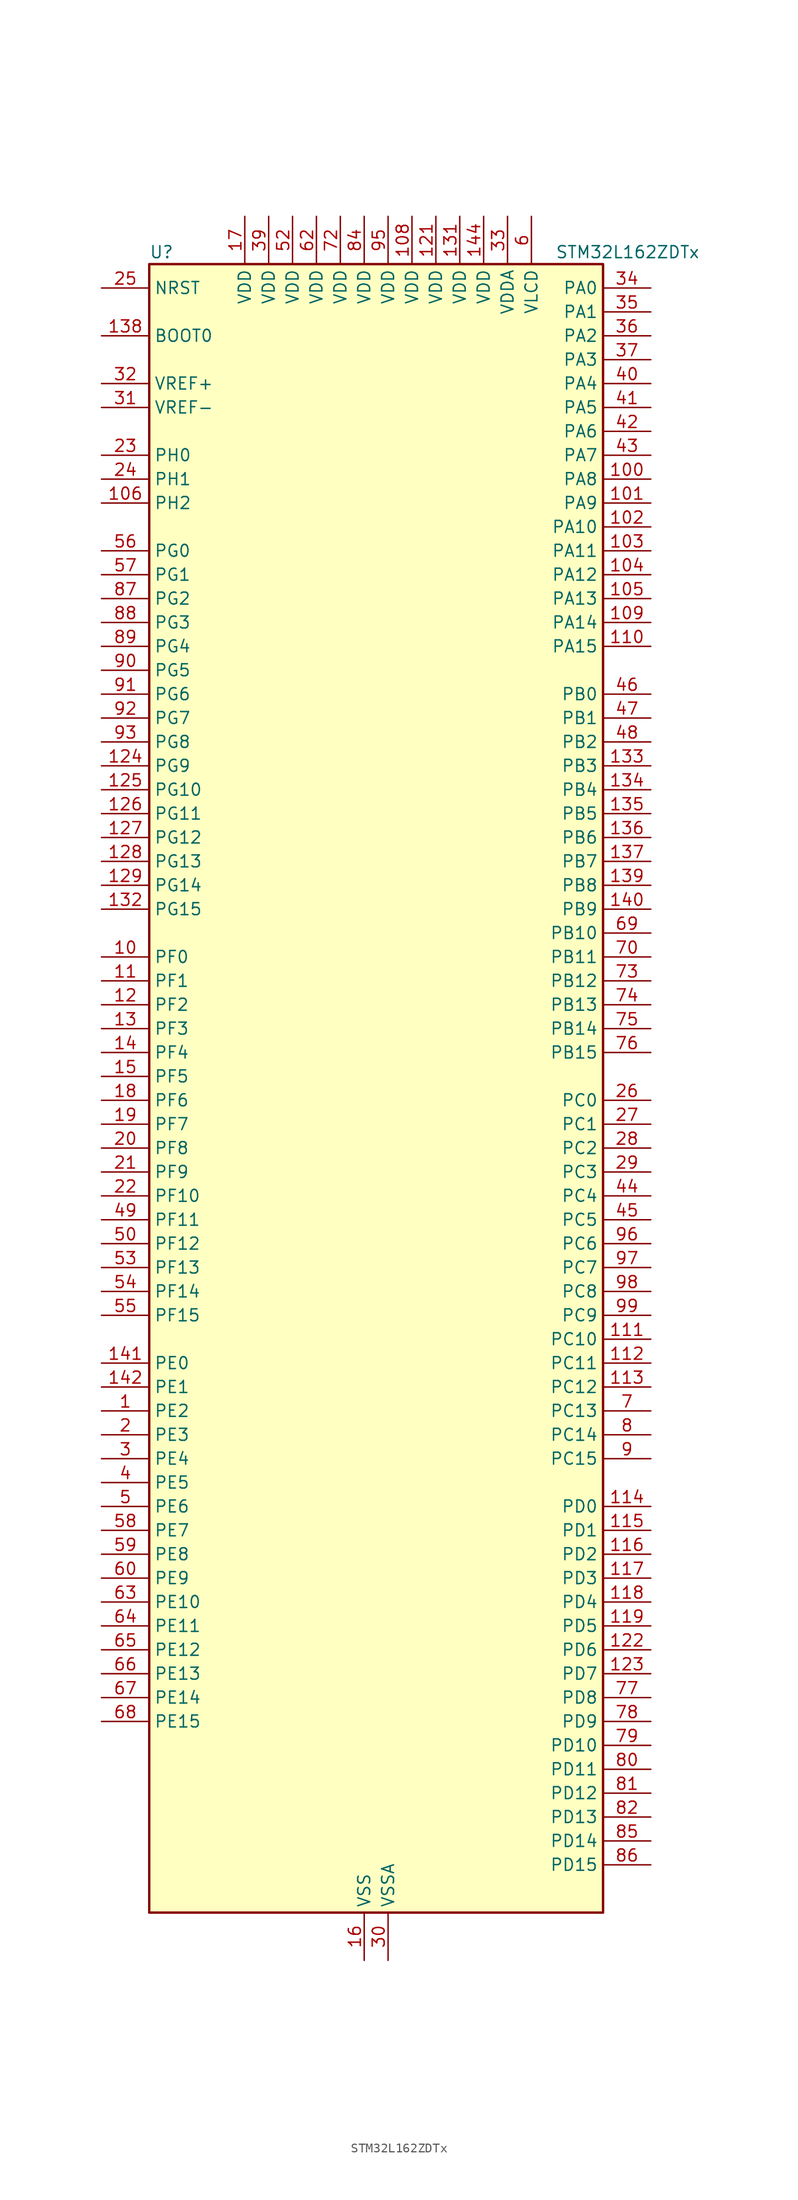
<source format=kicad_sym>
(kicad_symbol_lib
  (version 20220914)
  (generator kicad_symbol_editor)
  (symbol "STM32L162ZDTx"
    (property "Reference" "U"
      (at -22.86 90.17 0)
      (effects (font (size 1.27 1.27)) (justify left)))
    (property "Value" "STM32L162ZDTx"
      (at 20.32 90.17 0)
      (effects (font (size 1.27 1.27)) (justify left)))
    (property "ki_locked" ""
      (at 0 0 0)
      (effects (font (size 1.27 1.27))))
    (symbol "STM32L162ZDTx_0_1"
      (rectangle (start -22.86 -86.36) (end 25.4 88.9) (stroke (width 0.254) (type default)) (fill (type background))))
    (symbol "STM32L162ZDTx_1_1"
      (pin bidirectional line (at -27.94 -33.02 0) (length 5.08) (name "PE2" (effects (font (size 1.27 1.27)))) (number "1" (effects (font (size 1.27 1.27)))) (alternate "FSMC_A23" bidirectional line) (alternate "LCD_SEG38" bidirectional line) (alternate "SYS_TRACECK" bidirectional line) (alternate "TIM3_ETR" bidirectional line) (alternate "TIMX_IC3" bidirectional line))
      (pin bidirectional line (at -27.94 15.24 0) (length 5.08) (name "PF0" (effects (font (size 1.27 1.27)))) (number "10" (effects (font (size 1.27 1.27)))) (alternate "FSMC_A0" bidirectional line))
      (pin bidirectional line (at 30.48 66.04 180) (length 5.08) (name "PA8" (effects (font (size 1.27 1.27)))) (number "100" (effects (font (size 1.27 1.27)))) (alternate "LCD_COM0" bidirectional line) (alternate "RCC_MCO" bidirectional line) (alternate "TIMX_IC1" bidirectional line) (alternate "TS_G4_IO1" bidirectional line) (alternate "USART1_CK" bidirectional line))
      (pin bidirectional line (at 30.48 63.5 180) (length 5.08) (name "PA9" (effects (font (size 1.27 1.27)))) (number "101" (effects (font (size 1.27 1.27)))) (alternate "DAC_EXTI9" bidirectional line) (alternate "LCD_COM1" bidirectional line) (alternate "TIMX_IC2" bidirectional line) (alternate "TS_G4_IO2" bidirectional line) (alternate "USART1_TX" bidirectional line))
      (pin bidirectional line (at 30.48 60.96 180) (length 5.08) (name "PA10" (effects (font (size 1.27 1.27)))) (number "102" (effects (font (size 1.27 1.27)))) (alternate "LCD_COM2" bidirectional line) (alternate "TIMX_IC3" bidirectional line) (alternate "TS_G4_IO3" bidirectional line) (alternate "USART1_RX" bidirectional line))
      (pin bidirectional line (at 30.48 58.42 180) (length 5.08) (name "PA11" (effects (font (size 1.27 1.27)))) (number "103" (effects (font (size 1.27 1.27)))) (alternate "ADC_EXTI11" bidirectional line) (alternate "SPI1_MISO" bidirectional line) (alternate "TIMX_IC4" bidirectional line) (alternate "USART1_CTS" bidirectional line) (alternate "USB_DM" bidirectional line))
      (pin bidirectional line (at 30.48 55.88 180) (length 5.08) (name "PA12" (effects (font (size 1.27 1.27)))) (number "104" (effects (font (size 1.27 1.27)))) (alternate "SPI1_MOSI" bidirectional line) (alternate "TIMX_IC1" bidirectional line) (alternate "USART1_RTS" bidirectional line) (alternate "USB_DP" bidirectional line))
      (pin bidirectional line (at 30.48 53.34 180) (length 5.08) (name "PA13" (effects (font (size 1.27 1.27)))) (number "105" (effects (font (size 1.27 1.27)))) (alternate "SYS_JTMS-SWDIO" bidirectional line) (alternate "TIMX_IC2" bidirectional line) (alternate "TS_G5_IO1" bidirectional line))
      (pin bidirectional line (at -27.94 63.5 0) (length 5.08) (name "PH2" (effects (font (size 1.27 1.27)))) (number "106" (effects (font (size 1.27 1.27)))) (alternate "FSMC_A22" bidirectional line))
      (pin passive line (at 0 -91.44 90) (length 5.08) hide (name "VSS" (effects (font (size 1.27 1.27)))) (number "107" (effects (font (size 1.27 1.27)))))
      (pin power_in line (at 5.08 93.98 270) (length 5.08) (name "VDD" (effects (font (size 1.27 1.27)))) (number "108" (effects (font (size 1.27 1.27)))))
      (pin bidirectional line (at 30.48 50.8 180) (length 5.08) (name "PA14" (effects (font (size 1.27 1.27)))) (number "109" (effects (font (size 1.27 1.27)))) (alternate "SYS_JTCK-SWCLK" bidirectional line) (alternate "TIMX_IC3" bidirectional line) (alternate "TS_G5_IO2" bidirectional line))
      (pin bidirectional line (at -27.94 12.7 0) (length 5.08) (name "PF1" (effects (font (size 1.27 1.27)))) (number "11" (effects (font (size 1.27 1.27)))) (alternate "FSMC_A1" bidirectional line))
      (pin bidirectional line (at 30.48 48.26 180) (length 5.08) (name "PA15" (effects (font (size 1.27 1.27)))) (number "110" (effects (font (size 1.27 1.27)))) (alternate "ADC_EXTI15" bidirectional line) (alternate "I2S3_WS" bidirectional line) (alternate "LCD_SEG17" bidirectional line) (alternate "SPI1_NSS" bidirectional line) (alternate "SPI3_NSS" bidirectional line) (alternate "SYS_JTDI" bidirectional line) (alternate "TIM2_CH1" bidirectional line) (alternate "TIM2_ETR" bidirectional line) (alternate "TIMX_IC4" bidirectional line) (alternate "TS_G5_IO3" bidirectional line))
      (pin bidirectional line (at 30.48 -25.4 180) (length 5.08) (name "PC10" (effects (font (size 1.27 1.27)))) (number "111" (effects (font (size 1.27 1.27)))) (alternate "I2S3_CK" bidirectional line) (alternate "LCD_COM4" bidirectional line) (alternate "LCD_SEG28" bidirectional line) (alternate "LCD_SEG40" bidirectional line) (alternate "SDIO_D2" bidirectional line) (alternate "SPI3_SCK" bidirectional line) (alternate "TIMX_IC3" bidirectional line) (alternate "UART4_TX" bidirectional line) (alternate "USART3_TX" bidirectional line))
      (pin bidirectional line (at 30.48 -27.94 180) (length 5.08) (name "PC11" (effects (font (size 1.27 1.27)))) (number "112" (effects (font (size 1.27 1.27)))) (alternate "ADC_EXTI11" bidirectional line) (alternate "LCD_COM5" bidirectional line) (alternate "LCD_SEG29" bidirectional line) (alternate "LCD_SEG41" bidirectional line) (alternate "SDIO_D3" bidirectional line) (alternate "SPI3_MISO" bidirectional line) (alternate "TIMX_IC4" bidirectional line) (alternate "UART4_RX" bidirectional line) (alternate "USART3_RX" bidirectional line))
      (pin bidirectional line (at 30.48 -30.48 180) (length 5.08) (name "PC12" (effects (font (size 1.27 1.27)))) (number "113" (effects (font (size 1.27 1.27)))) (alternate "I2S3_SD" bidirectional line) (alternate "LCD_COM6" bidirectional line) (alternate "LCD_SEG30" bidirectional line) (alternate "LCD_SEG42" bidirectional line) (alternate "SDIO_CK" bidirectional line) (alternate "SPI3_MOSI" bidirectional line) (alternate "TIMX_IC1" bidirectional line) (alternate "UART5_TX" bidirectional line) (alternate "USART3_CK" bidirectional line))
      (pin bidirectional line (at 30.48 -43.18 180) (length 5.08) (name "PD0" (effects (font (size 1.27 1.27)))) (number "114" (effects (font (size 1.27 1.27)))) (alternate "FSMC_D2" bidirectional line) (alternate "FSMC_DA2" bidirectional line) (alternate "I2S2_WS" bidirectional line) (alternate "SPI2_NSS" bidirectional line) (alternate "TIM9_CH1" bidirectional line) (alternate "TIMX_IC1" bidirectional line))
      (pin bidirectional line (at 30.48 -45.72 180) (length 5.08) (name "PD1" (effects (font (size 1.27 1.27)))) (number "115" (effects (font (size 1.27 1.27)))) (alternate "FSMC_D3" bidirectional line) (alternate "FSMC_DA3" bidirectional line) (alternate "I2S2_CK" bidirectional line) (alternate "SPI2_SCK" bidirectional line) (alternate "TIMX_IC2" bidirectional line))
      (pin bidirectional line (at 30.48 -48.26 180) (length 5.08) (name "PD2" (effects (font (size 1.27 1.27)))) (number "116" (effects (font (size 1.27 1.27)))) (alternate "LCD_COM7" bidirectional line) (alternate "LCD_SEG31" bidirectional line) (alternate "LCD_SEG43" bidirectional line) (alternate "SDIO_CMD" bidirectional line) (alternate "TIM3_ETR" bidirectional line) (alternate "TIMX_IC3" bidirectional line) (alternate "UART5_RX" bidirectional line))
      (pin bidirectional line (at 30.48 -50.8 180) (length 5.08) (name "PD3" (effects (font (size 1.27 1.27)))) (number "117" (effects (font (size 1.27 1.27)))) (alternate "FSMC_CLK" bidirectional line) (alternate "SPI2_MISO" bidirectional line) (alternate "TIMX_IC4" bidirectional line) (alternate "USART2_CTS" bidirectional line))
      (pin bidirectional line (at 30.48 -53.34 180) (length 5.08) (name "PD4" (effects (font (size 1.27 1.27)))) (number "118" (effects (font (size 1.27 1.27)))) (alternate "FSMC_NOE" bidirectional line) (alternate "I2S2_SD" bidirectional line) (alternate "SPI2_MOSI" bidirectional line) (alternate "TIMX_IC1" bidirectional line) (alternate "USART2_RTS" bidirectional line))
      (pin bidirectional line (at 30.48 -55.88 180) (length 5.08) (name "PD5" (effects (font (size 1.27 1.27)))) (number "119" (effects (font (size 1.27 1.27)))) (alternate "FSMC_NWE" bidirectional line) (alternate "TIMX_IC2" bidirectional line) (alternate "USART2_TX" bidirectional line))
      (pin bidirectional line (at -27.94 10.16 0) (length 5.08) (name "PF2" (effects (font (size 1.27 1.27)))) (number "12" (effects (font (size 1.27 1.27)))) (alternate "FSMC_A2" bidirectional line))
      (pin passive line (at 0 -91.44 90) (length 5.08) hide (name "VSS" (effects (font (size 1.27 1.27)))) (number "120" (effects (font (size 1.27 1.27)))))
      (pin power_in line (at 7.62 93.98 270) (length 5.08) (name "VDD" (effects (font (size 1.27 1.27)))) (number "121" (effects (font (size 1.27 1.27)))))
      (pin bidirectional line (at 30.48 -58.42 180) (length 5.08) (name "PD6" (effects (font (size 1.27 1.27)))) (number "122" (effects (font (size 1.27 1.27)))) (alternate "FSMC_NWAIT" bidirectional line) (alternate "TIMX_IC3" bidirectional line) (alternate "USART2_RX" bidirectional line))
      (pin bidirectional line (at 30.48 -60.96 180) (length 5.08) (name "PD7" (effects (font (size 1.27 1.27)))) (number "123" (effects (font (size 1.27 1.27)))) (alternate "FSMC_NE1" bidirectional line) (alternate "TIM9_CH2" bidirectional line) (alternate "TIMX_IC4" bidirectional line) (alternate "USART2_CK" bidirectional line))
      (pin bidirectional line (at -27.94 35.56 0) (length 5.08) (name "PG9" (effects (font (size 1.27 1.27)))) (number "124" (effects (font (size 1.27 1.27)))) (alternate "DAC_EXTI9" bidirectional line) (alternate "FSMC_NE2" bidirectional line))
      (pin bidirectional line (at -27.94 33.02 0) (length 5.08) (name "PG10" (effects (font (size 1.27 1.27)))) (number "125" (effects (font (size 1.27 1.27)))) (alternate "FSMC_NE3" bidirectional line))
      (pin bidirectional line (at -27.94 30.48 0) (length 5.08) (name "PG11" (effects (font (size 1.27 1.27)))) (number "126" (effects (font (size 1.27 1.27)))) (alternate "ADC_EXTI11" bidirectional line))
      (pin bidirectional line (at -27.94 27.94 0) (length 5.08) (name "PG12" (effects (font (size 1.27 1.27)))) (number "127" (effects (font (size 1.27 1.27)))) (alternate "FSMC_NE4" bidirectional line))
      (pin bidirectional line (at -27.94 25.4 0) (length 5.08) (name "PG13" (effects (font (size 1.27 1.27)))) (number "128" (effects (font (size 1.27 1.27)))) (alternate "FSMC_A24" bidirectional line))
      (pin bidirectional line (at -27.94 22.86 0) (length 5.08) (name "PG14" (effects (font (size 1.27 1.27)))) (number "129" (effects (font (size 1.27 1.27)))) (alternate "FSMC_A25" bidirectional line))
      (pin bidirectional line (at -27.94 7.62 0) (length 5.08) (name "PF3" (effects (font (size 1.27 1.27)))) (number "13" (effects (font (size 1.27 1.27)))) (alternate "FSMC_A3" bidirectional line))
      (pin passive line (at 0 -91.44 90) (length 5.08) hide (name "VSS" (effects (font (size 1.27 1.27)))) (number "130" (effects (font (size 1.27 1.27)))))
      (pin power_in line (at 10.16 93.98 270) (length 5.08) (name "VDD" (effects (font (size 1.27 1.27)))) (number "131" (effects (font (size 1.27 1.27)))))
      (pin bidirectional line (at -27.94 20.32 0) (length 5.08) (name "PG15" (effects (font (size 1.27 1.27)))) (number "132" (effects (font (size 1.27 1.27)))) (alternate "ADC_EXTI15" bidirectional line))
      (pin bidirectional line (at 30.48 35.56 180) (length 5.08) (name "PB3" (effects (font (size 1.27 1.27)))) (number "133" (effects (font (size 1.27 1.27)))) (alternate "COMP2_INM" bidirectional line) (alternate "I2S3_CK" bidirectional line) (alternate "LCD_SEG7" bidirectional line) (alternate "SPI1_SCK" bidirectional line) (alternate "SPI3_SCK" bidirectional line) (alternate "SYS_JTDO-TRACESWO" bidirectional line) (alternate "TIM2_CH2" bidirectional line))
      (pin bidirectional line (at 30.48 33.02 180) (length 5.08) (name "PB4" (effects (font (size 1.27 1.27)))) (number "134" (effects (font (size 1.27 1.27)))) (alternate "COMP2_INP" bidirectional line) (alternate "LCD_SEG8" bidirectional line) (alternate "SPI1_MISO" bidirectional line) (alternate "SPI3_MISO" bidirectional line) (alternate "SYS_JTRST" bidirectional line) (alternate "TIM3_CH1" bidirectional line) (alternate "TS_G6_IO1" bidirectional line))
      (pin bidirectional line (at 30.48 30.48 180) (length 5.08) (name "PB5" (effects (font (size 1.27 1.27)))) (number "135" (effects (font (size 1.27 1.27)))) (alternate "COMP2_INP" bidirectional line) (alternate "I2C1_SMBA" bidirectional line) (alternate "I2S3_SD" bidirectional line) (alternate "LCD_SEG9" bidirectional line) (alternate "SPI1_MOSI" bidirectional line) (alternate "SPI3_MOSI" bidirectional line) (alternate "TIM3_CH2" bidirectional line) (alternate "TS_G6_IO2" bidirectional line))
      (pin bidirectional line (at 30.48 27.94 180) (length 5.08) (name "PB6" (effects (font (size 1.27 1.27)))) (number "136" (effects (font (size 1.27 1.27)))) (alternate "COMP2_INP" bidirectional line) (alternate "I2C1_SCL" bidirectional line) (alternate "TIM4_CH1" bidirectional line) (alternate "TS_G6_IO3" bidirectional line) (alternate "USART1_TX" bidirectional line))
      (pin bidirectional line (at 30.48 25.4 180) (length 5.08) (name "PB7" (effects (font (size 1.27 1.27)))) (number "137" (effects (font (size 1.27 1.27)))) (alternate "COMP2_INP" bidirectional line) (alternate "FSMC_NL" bidirectional line) (alternate "I2C1_SDA" bidirectional line) (alternate "SYS_PVD_IN" bidirectional line) (alternate "TIM4_CH2" bidirectional line) (alternate "TS_G6_IO4" bidirectional line) (alternate "USART1_RX" bidirectional line))
      (pin input line (at -27.94 81.28 0) (length 5.08) (name "BOOT0" (effects (font (size 1.27 1.27)))) (number "138" (effects (font (size 1.27 1.27)))))
      (pin bidirectional line (at 30.48 22.86 180) (length 5.08) (name "PB8" (effects (font (size 1.27 1.27)))) (number "139" (effects (font (size 1.27 1.27)))) (alternate "I2C1_SCL" bidirectional line) (alternate "LCD_SEG16" bidirectional line) (alternate "SDIO_D4" bidirectional line) (alternate "TIM10_CH1" bidirectional line) (alternate "TIM4_CH3" bidirectional line))
      (pin bidirectional line (at -27.94 5.08 0) (length 5.08) (name "PF4" (effects (font (size 1.27 1.27)))) (number "14" (effects (font (size 1.27 1.27)))) (alternate "FSMC_A4" bidirectional line))
      (pin bidirectional line (at 30.48 20.32 180) (length 5.08) (name "PB9" (effects (font (size 1.27 1.27)))) (number "140" (effects (font (size 1.27 1.27)))) (alternate "DAC_EXTI9" bidirectional line) (alternate "I2C1_SDA" bidirectional line) (alternate "LCD_COM3" bidirectional line) (alternate "SDIO_D5" bidirectional line) (alternate "TIM11_CH1" bidirectional line) (alternate "TIM4_CH4" bidirectional line))
      (pin bidirectional line (at -27.94 -27.94 0) (length 5.08) (name "PE0" (effects (font (size 1.27 1.27)))) (number "141" (effects (font (size 1.27 1.27)))) (alternate "FSMC_NBL0" bidirectional line) (alternate "LCD_SEG36" bidirectional line) (alternate "TIM10_CH1" bidirectional line) (alternate "TIM4_ETR" bidirectional line) (alternate "TIMX_IC1" bidirectional line))
      (pin bidirectional line (at -27.94 -30.48 0) (length 5.08) (name "PE1" (effects (font (size 1.27 1.27)))) (number "142" (effects (font (size 1.27 1.27)))) (alternate "FSMC_NBL1" bidirectional line) (alternate "LCD_SEG37" bidirectional line) (alternate "TIM11_CH1" bidirectional line) (alternate "TIMX_IC2" bidirectional line))
      (pin passive line (at 0 -91.44 90) (length 5.08) hide (name "VSS" (effects (font (size 1.27 1.27)))) (number "143" (effects (font (size 1.27 1.27)))))
      (pin power_in line (at 12.7 93.98 270) (length 5.08) (name "VDD" (effects (font (size 1.27 1.27)))) (number "144" (effects (font (size 1.27 1.27)))))
      (pin bidirectional line (at -27.94 2.54 0) (length 5.08) (name "PF5" (effects (font (size 1.27 1.27)))) (number "15" (effects (font (size 1.27 1.27)))) (alternate "FSMC_A5" bidirectional line))
      (pin power_in line (at 0 -91.44 90) (length 5.08) (name "VSS" (effects (font (size 1.27 1.27)))) (number "16" (effects (font (size 1.27 1.27)))))
      (pin power_in line (at -12.7 93.98 270) (length 5.08) (name "VDD" (effects (font (size 1.27 1.27)))) (number "17" (effects (font (size 1.27 1.27)))))
      (pin bidirectional line (at -27.94 0 0) (length 5.08) (name "PF6" (effects (font (size 1.27 1.27)))) (number "18" (effects (font (size 1.27 1.27)))) (alternate "ADC_IN27" bidirectional line) (alternate "TIM5_CH1" bidirectional line) (alternate "TIM5_ETR" bidirectional line) (alternate "TS_G11_IO1" bidirectional line))
      (pin bidirectional line (at -27.94 -2.54 0) (length 5.08) (name "PF7" (effects (font (size 1.27 1.27)))) (number "19" (effects (font (size 1.27 1.27)))) (alternate "ADC_IN28" bidirectional line) (alternate "COMP1_INP" bidirectional line) (alternate "TIM5_CH2" bidirectional line) (alternate "TS_G11_IO2" bidirectional line))
      (pin bidirectional line (at -27.94 -35.56 0) (length 5.08) (name "PE3" (effects (font (size 1.27 1.27)))) (number "2" (effects (font (size 1.27 1.27)))) (alternate "FSMC_A19" bidirectional line) (alternate "LCD_SEG39" bidirectional line) (alternate "SYS_TRACED0" bidirectional line) (alternate "TIM3_CH1" bidirectional line) (alternate "TIMX_IC4" bidirectional line))
      (pin bidirectional line (at -27.94 -5.08 0) (length 5.08) (name "PF8" (effects (font (size 1.27 1.27)))) (number "20" (effects (font (size 1.27 1.27)))) (alternate "ADC_IN29" bidirectional line) (alternate "COMP1_INP" bidirectional line) (alternate "TIM5_CH3" bidirectional line) (alternate "TS_G11_IO3" bidirectional line))
      (pin bidirectional line (at -27.94 -7.62 0) (length 5.08) (name "PF9" (effects (font (size 1.27 1.27)))) (number "21" (effects (font (size 1.27 1.27)))) (alternate "ADC_IN30" bidirectional line) (alternate "COMP1_INP" bidirectional line) (alternate "DAC_EXTI9" bidirectional line) (alternate "TIM5_CH4" bidirectional line) (alternate "TS_G11_IO4" bidirectional line))
      (pin bidirectional line (at -27.94 -10.16 0) (length 5.08) (name "PF10" (effects (font (size 1.27 1.27)))) (number "22" (effects (font (size 1.27 1.27)))) (alternate "ADC_IN31" bidirectional line) (alternate "COMP1_INP" bidirectional line) (alternate "TS_G11_IO5" bidirectional line))
      (pin bidirectional line (at -27.94 68.58 0) (length 5.08) (name "PH0" (effects (font (size 1.27 1.27)))) (number "23" (effects (font (size 1.27 1.27)))) (alternate "RCC_OSC_IN" bidirectional line))
      (pin bidirectional line (at -27.94 66.04 0) (length 5.08) (name "PH1" (effects (font (size 1.27 1.27)))) (number "24" (effects (font (size 1.27 1.27)))) (alternate "RCC_OSC_OUT" bidirectional line))
      (pin input line (at -27.94 86.36 0) (length 5.08) (name "NRST" (effects (font (size 1.27 1.27)))) (number "25" (effects (font (size 1.27 1.27)))))
      (pin bidirectional line (at 30.48 0 180) (length 5.08) (name "PC0" (effects (font (size 1.27 1.27)))) (number "26" (effects (font (size 1.27 1.27)))) (alternate "ADC_IN10" bidirectional line) (alternate "COMP1_INP" bidirectional line) (alternate "LCD_SEG18" bidirectional line) (alternate "TIMX_IC1" bidirectional line) (alternate "TS_G8_IO1" bidirectional line))
      (pin bidirectional line (at 30.48 -2.54 180) (length 5.08) (name "PC1" (effects (font (size 1.27 1.27)))) (number "27" (effects (font (size 1.27 1.27)))) (alternate "ADC_IN11" bidirectional line) (alternate "COMP1_INP" bidirectional line) (alternate "LCD_SEG19" bidirectional line) (alternate "OPAMP3_VINP" bidirectional line) (alternate "TIMX_IC2" bidirectional line) (alternate "TS_G8_IO2" bidirectional line))
      (pin bidirectional line (at 30.48 -5.08 180) (length 5.08) (name "PC2" (effects (font (size 1.27 1.27)))) (number "28" (effects (font (size 1.27 1.27)))) (alternate "ADC_IN12" bidirectional line) (alternate "COMP1_INP" bidirectional line) (alternate "LCD_SEG20" bidirectional line) (alternate "OPAMP3_VINM" bidirectional line) (alternate "TIMX_IC3" bidirectional line) (alternate "TS_G8_IO3" bidirectional line))
      (pin bidirectional line (at 30.48 -7.62 180) (length 5.08) (name "PC3" (effects (font (size 1.27 1.27)))) (number "29" (effects (font (size 1.27 1.27)))) (alternate "ADC_IN13" bidirectional line) (alternate "COMP1_INP" bidirectional line) (alternate "LCD_SEG21" bidirectional line) (alternate "OPAMP3_VOUT" bidirectional line) (alternate "TIMX_IC4" bidirectional line) (alternate "TS_G8_IO4" bidirectional line))
      (pin bidirectional line (at -27.94 -38.1 0) (length 5.08) (name "PE4" (effects (font (size 1.27 1.27)))) (number "3" (effects (font (size 1.27 1.27)))) (alternate "FSMC_A20" bidirectional line) (alternate "SYS_TRACED1" bidirectional line) (alternate "TIM3_CH2" bidirectional line) (alternate "TIMX_IC1" bidirectional line))
      (pin power_in line (at 2.54 -91.44 90) (length 5.08) (name "VSSA" (effects (font (size 1.27 1.27)))) (number "30" (effects (font (size 1.27 1.27)))))
      (pin input line (at -27.94 73.66 0) (length 5.08) (name "VREF-" (effects (font (size 1.27 1.27)))) (number "31" (effects (font (size 1.27 1.27)))))
      (pin input line (at -27.94 76.2 0) (length 5.08) (name "VREF+" (effects (font (size 1.27 1.27)))) (number "32" (effects (font (size 1.27 1.27)))))
      (pin power_in line (at 15.24 93.98 270) (length 5.08) (name "VDDA" (effects (font (size 1.27 1.27)))) (number "33" (effects (font (size 1.27 1.27)))))
      (pin bidirectional line (at 30.48 86.36 180) (length 5.08) (name "PA0" (effects (font (size 1.27 1.27)))) (number "34" (effects (font (size 1.27 1.27)))) (alternate "ADC_IN0" bidirectional line) (alternate "COMP1_INP" bidirectional line) (alternate "RTC_TAMP2" bidirectional line) (alternate "SYS_WKUP1" bidirectional line) (alternate "TIM2_CH1" bidirectional line) (alternate "TIM2_ETR" bidirectional line) (alternate "TIM5_CH1" bidirectional line) (alternate "TIMX_IC1" bidirectional line) (alternate "TS_G1_IO1" bidirectional line) (alternate "USART2_CTS" bidirectional line))
      (pin bidirectional line (at 30.48 83.82 180) (length 5.08) (name "PA1" (effects (font (size 1.27 1.27)))) (number "35" (effects (font (size 1.27 1.27)))) (alternate "ADC_IN1" bidirectional line) (alternate "COMP1_INP" bidirectional line) (alternate "LCD_SEG0" bidirectional line) (alternate "OPAMP1_VINP" bidirectional line) (alternate "TIM2_CH2" bidirectional line) (alternate "TIM5_CH2" bidirectional line) (alternate "TIMX_IC2" bidirectional line) (alternate "TS_G1_IO2" bidirectional line) (alternate "USART2_RTS" bidirectional line))
      (pin bidirectional line (at 30.48 81.28 180) (length 5.08) (name "PA2" (effects (font (size 1.27 1.27)))) (number "36" (effects (font (size 1.27 1.27)))) (alternate "ADC_IN2" bidirectional line) (alternate "COMP1_INP" bidirectional line) (alternate "LCD_SEG1" bidirectional line) (alternate "OPAMP1_VINM" bidirectional line) (alternate "TIM2_CH3" bidirectional line) (alternate "TIM5_CH3" bidirectional line) (alternate "TIM9_CH1" bidirectional line) (alternate "TIMX_IC3" bidirectional line) (alternate "TS_G1_IO3" bidirectional line) (alternate "USART2_TX" bidirectional line))
      (pin bidirectional line (at 30.48 78.74 180) (length 5.08) (name "PA3" (effects (font (size 1.27 1.27)))) (number "37" (effects (font (size 1.27 1.27)))) (alternate "ADC_IN3" bidirectional line) (alternate "COMP1_INP" bidirectional line) (alternate "LCD_SEG2" bidirectional line) (alternate "OPAMP1_VOUT" bidirectional line) (alternate "TIM2_CH4" bidirectional line) (alternate "TIM5_CH4" bidirectional line) (alternate "TIM9_CH2" bidirectional line) (alternate "TIMX_IC4" bidirectional line) (alternate "TS_G1_IO4" bidirectional line) (alternate "USART2_RX" bidirectional line))
      (pin passive line (at 0 -91.44 90) (length 5.08) hide (name "VSS" (effects (font (size 1.27 1.27)))) (number "38" (effects (font (size 1.27 1.27)))))
      (pin power_in line (at -10.16 93.98 270) (length 5.08) (name "VDD" (effects (font (size 1.27 1.27)))) (number "39" (effects (font (size 1.27 1.27)))))
      (pin bidirectional line (at -27.94 -40.64 0) (length 5.08) (name "PE5" (effects (font (size 1.27 1.27)))) (number "4" (effects (font (size 1.27 1.27)))) (alternate "FSMC_A21" bidirectional line) (alternate "SYS_TRACED2" bidirectional line) (alternate "TIM9_CH1" bidirectional line) (alternate "TIMX_IC2" bidirectional line))
      (pin bidirectional line (at 30.48 76.2 180) (length 5.08) (name "PA4" (effects (font (size 1.27 1.27)))) (number "40" (effects (font (size 1.27 1.27)))) (alternate "ADC_IN4" bidirectional line) (alternate "COMP1_INP" bidirectional line) (alternate "DAC_OUT1" bidirectional line) (alternate "I2S3_WS" bidirectional line) (alternate "SPI1_NSS" bidirectional line) (alternate "SPI3_NSS" bidirectional line) (alternate "TIMX_IC1" bidirectional line) (alternate "USART2_CK" bidirectional line))
      (pin bidirectional line (at 30.48 73.66 180) (length 5.08) (name "PA5" (effects (font (size 1.27 1.27)))) (number "41" (effects (font (size 1.27 1.27)))) (alternate "ADC_IN5" bidirectional line) (alternate "COMP1_INP" bidirectional line) (alternate "DAC_OUT2" bidirectional line) (alternate "SPI1_SCK" bidirectional line) (alternate "TIM2_CH1" bidirectional line) (alternate "TIM2_ETR" bidirectional line) (alternate "TIMX_IC2" bidirectional line))
      (pin bidirectional line (at 30.48 71.12 180) (length 5.08) (name "PA6" (effects (font (size 1.27 1.27)))) (number "42" (effects (font (size 1.27 1.27)))) (alternate "ADC_IN6" bidirectional line) (alternate "COMP1_INP" bidirectional line) (alternate "LCD_SEG3" bidirectional line) (alternate "OPAMP2_VINP" bidirectional line) (alternate "SPI1_MISO" bidirectional line) (alternate "TIM10_CH1" bidirectional line) (alternate "TIM3_CH1" bidirectional line) (alternate "TIMX_IC3" bidirectional line) (alternate "TS_G2_IO1" bidirectional line))
      (pin bidirectional line (at 30.48 68.58 180) (length 5.08) (name "PA7" (effects (font (size 1.27 1.27)))) (number "43" (effects (font (size 1.27 1.27)))) (alternate "ADC_IN7" bidirectional line) (alternate "COMP1_INP" bidirectional line) (alternate "LCD_SEG4" bidirectional line) (alternate "OPAMP2_VINM" bidirectional line) (alternate "SPI1_MOSI" bidirectional line) (alternate "TIM11_CH1" bidirectional line) (alternate "TIM3_CH2" bidirectional line) (alternate "TIMX_IC4" bidirectional line) (alternate "TS_G2_IO2" bidirectional line))
      (pin bidirectional line (at 30.48 -10.16 180) (length 5.08) (name "PC4" (effects (font (size 1.27 1.27)))) (number "44" (effects (font (size 1.27 1.27)))) (alternate "ADC_IN14" bidirectional line) (alternate "COMP1_INP" bidirectional line) (alternate "LCD_SEG22" bidirectional line) (alternate "TIMX_IC1" bidirectional line) (alternate "TS_G9_IO1" bidirectional line))
      (pin bidirectional line (at 30.48 -12.7 180) (length 5.08) (name "PC5" (effects (font (size 1.27 1.27)))) (number "45" (effects (font (size 1.27 1.27)))) (alternate "ADC_IN15" bidirectional line) (alternate "COMP1_INP" bidirectional line) (alternate "LCD_SEG23" bidirectional line) (alternate "TIMX_IC2" bidirectional line) (alternate "TS_G9_IO2" bidirectional line))
      (pin bidirectional line (at 30.48 43.18 180) (length 5.08) (name "PB0" (effects (font (size 1.27 1.27)))) (number "46" (effects (font (size 1.27 1.27)))) (alternate "ADC_IN8" bidirectional line) (alternate "COMP1_INP" bidirectional line) (alternate "LCD_SEG5" bidirectional line) (alternate "OPAMP2_VOUT" bidirectional line) (alternate "SYS_V_REF_OUT" bidirectional line) (alternate "TIM3_CH3" bidirectional line) (alternate "TS_G3_IO1" bidirectional line))
      (pin bidirectional line (at 30.48 40.64 180) (length 5.08) (name "PB1" (effects (font (size 1.27 1.27)))) (number "47" (effects (font (size 1.27 1.27)))) (alternate "ADC_IN9" bidirectional line) (alternate "COMP1_INP" bidirectional line) (alternate "LCD_SEG6" bidirectional line) (alternate "SYS_V_REF_OUT" bidirectional line) (alternate "TIM3_CH4" bidirectional line) (alternate "TS_G3_IO2" bidirectional line))
      (pin bidirectional line (at 30.48 38.1 180) (length 5.08) (name "PB2" (effects (font (size 1.27 1.27)))) (number "48" (effects (font (size 1.27 1.27)))) (alternate "ADC_IN0b" bidirectional line) (alternate "TS_G3_IO3" bidirectional line))
      (pin bidirectional line (at -27.94 -12.7 0) (length 5.08) (name "PF11" (effects (font (size 1.27 1.27)))) (number "49" (effects (font (size 1.27 1.27)))) (alternate "ADC_EXTI11" bidirectional line) (alternate "ADC_IN1b" bidirectional line) (alternate "TS_G3_IO4" bidirectional line))
      (pin bidirectional line (at -27.94 -43.18 0) (length 5.08) (name "PE6" (effects (font (size 1.27 1.27)))) (number "5" (effects (font (size 1.27 1.27)))) (alternate "RTC_TAMP3" bidirectional line) (alternate "SYS_TRACED3" bidirectional line) (alternate "SYS_WKUP3" bidirectional line) (alternate "TIM9_CH2" bidirectional line) (alternate "TIMX_IC3" bidirectional line))
      (pin bidirectional line (at -27.94 -15.24 0) (length 5.08) (name "PF12" (effects (font (size 1.27 1.27)))) (number "50" (effects (font (size 1.27 1.27)))) (alternate "ADC_IN2b" bidirectional line) (alternate "FSMC_A6" bidirectional line) (alternate "TS_G3_IO5" bidirectional line))
      (pin passive line (at 0 -91.44 90) (length 5.08) hide (name "VSS" (effects (font (size 1.27 1.27)))) (number "51" (effects (font (size 1.27 1.27)))))
      (pin power_in line (at -7.62 93.98 270) (length 5.08) (name "VDD" (effects (font (size 1.27 1.27)))) (number "52" (effects (font (size 1.27 1.27)))))
      (pin bidirectional line (at -27.94 -17.78 0) (length 5.08) (name "PF13" (effects (font (size 1.27 1.27)))) (number "53" (effects (font (size 1.27 1.27)))) (alternate "ADC_IN3b" bidirectional line) (alternate "FSMC_A7" bidirectional line) (alternate "TS_G9_IO3" bidirectional line))
      (pin bidirectional line (at -27.94 -20.32 0) (length 5.08) (name "PF14" (effects (font (size 1.27 1.27)))) (number "54" (effects (font (size 1.27 1.27)))) (alternate "ADC_IN6b" bidirectional line) (alternate "FSMC_A8" bidirectional line) (alternate "TS_G9_IO4" bidirectional line))
      (pin bidirectional line (at -27.94 -22.86 0) (length 5.08) (name "PF15" (effects (font (size 1.27 1.27)))) (number "55" (effects (font (size 1.27 1.27)))) (alternate "ADC_EXTI15" bidirectional line) (alternate "ADC_IN7b" bidirectional line) (alternate "FSMC_A9" bidirectional line) (alternate "TS_G2_IO3" bidirectional line))
      (pin bidirectional line (at -27.94 58.42 0) (length 5.08) (name "PG0" (effects (font (size 1.27 1.27)))) (number "56" (effects (font (size 1.27 1.27)))) (alternate "ADC_IN8b" bidirectional line) (alternate "FSMC_A10" bidirectional line) (alternate "TS_G2_IO4" bidirectional line))
      (pin bidirectional line (at -27.94 55.88 0) (length 5.08) (name "PG1" (effects (font (size 1.27 1.27)))) (number "57" (effects (font (size 1.27 1.27)))) (alternate "ADC_IN9b" bidirectional line) (alternate "FSMC_A11" bidirectional line) (alternate "TS_G2_IO5" bidirectional line))
      (pin bidirectional line (at -27.94 -45.72 0) (length 5.08) (name "PE7" (effects (font (size 1.27 1.27)))) (number "58" (effects (font (size 1.27 1.27)))) (alternate "ADC_IN22" bidirectional line) (alternate "COMP1_INP" bidirectional line) (alternate "FSMC_D4" bidirectional line) (alternate "FSMC_DA4" bidirectional line) (alternate "TIMX_IC4" bidirectional line))
      (pin bidirectional line (at -27.94 -48.26 0) (length 5.08) (name "PE8" (effects (font (size 1.27 1.27)))) (number "59" (effects (font (size 1.27 1.27)))) (alternate "ADC_IN23" bidirectional line) (alternate "COMP1_INP" bidirectional line) (alternate "FSMC_D5" bidirectional line) (alternate "FSMC_DA5" bidirectional line) (alternate "TIMX_IC1" bidirectional line))
      (pin power_in line (at 17.78 93.98 270) (length 5.08) (name "VLCD" (effects (font (size 1.27 1.27)))) (number "6" (effects (font (size 1.27 1.27)))))
      (pin bidirectional line (at -27.94 -50.8 0) (length 5.08) (name "PE9" (effects (font (size 1.27 1.27)))) (number "60" (effects (font (size 1.27 1.27)))) (alternate "ADC_IN24" bidirectional line) (alternate "COMP1_INP" bidirectional line) (alternate "DAC_EXTI9" bidirectional line) (alternate "FSMC_D6" bidirectional line) (alternate "FSMC_DA6" bidirectional line) (alternate "TIM2_CH1" bidirectional line) (alternate "TIM2_ETR" bidirectional line) (alternate "TIMX_IC2" bidirectional line))
      (pin passive line (at 0 -91.44 90) (length 5.08) hide (name "VSS" (effects (font (size 1.27 1.27)))) (number "61" (effects (font (size 1.27 1.27)))))
      (pin power_in line (at -5.08 93.98 270) (length 5.08) (name "VDD" (effects (font (size 1.27 1.27)))) (number "62" (effects (font (size 1.27 1.27)))))
      (pin bidirectional line (at -27.94 -53.34 0) (length 5.08) (name "PE10" (effects (font (size 1.27 1.27)))) (number "63" (effects (font (size 1.27 1.27)))) (alternate "ADC_IN25" bidirectional line) (alternate "COMP1_INP" bidirectional line) (alternate "FSMC_D7" bidirectional line) (alternate "FSMC_DA7" bidirectional line) (alternate "TIM2_CH2" bidirectional line) (alternate "TIMX_IC3" bidirectional line))
      (pin bidirectional line (at -27.94 -55.88 0) (length 5.08) (name "PE11" (effects (font (size 1.27 1.27)))) (number "64" (effects (font (size 1.27 1.27)))) (alternate "ADC_EXTI11" bidirectional line) (alternate "FSMC_D8" bidirectional line) (alternate "FSMC_DA8" bidirectional line) (alternate "TIM2_CH3" bidirectional line) (alternate "TIMX_IC4" bidirectional line))
      (pin bidirectional line (at -27.94 -58.42 0) (length 5.08) (name "PE12" (effects (font (size 1.27 1.27)))) (number "65" (effects (font (size 1.27 1.27)))) (alternate "FSMC_D9" bidirectional line) (alternate "FSMC_DA9" bidirectional line) (alternate "SPI1_NSS" bidirectional line) (alternate "TIM2_CH4" bidirectional line) (alternate "TIMX_IC1" bidirectional line))
      (pin bidirectional line (at -27.94 -60.96 0) (length 5.08) (name "PE13" (effects (font (size 1.27 1.27)))) (number "66" (effects (font (size 1.27 1.27)))) (alternate "FSMC_D10" bidirectional line) (alternate "FSMC_DA10" bidirectional line) (alternate "SPI1_SCK" bidirectional line) (alternate "TIMX_IC2" bidirectional line))
      (pin bidirectional line (at -27.94 -63.5 0) (length 5.08) (name "PE14" (effects (font (size 1.27 1.27)))) (number "67" (effects (font (size 1.27 1.27)))) (alternate "FSMC_D11" bidirectional line) (alternate "FSMC_DA11" bidirectional line) (alternate "SPI1_MISO" bidirectional line) (alternate "TIMX_IC3" bidirectional line))
      (pin bidirectional line (at -27.94 -66.04 0) (length 5.08) (name "PE15" (effects (font (size 1.27 1.27)))) (number "68" (effects (font (size 1.27 1.27)))) (alternate "ADC_EXTI15" bidirectional line) (alternate "FSMC_D12" bidirectional line) (alternate "FSMC_DA12" bidirectional line) (alternate "SPI1_MOSI" bidirectional line) (alternate "TIMX_IC4" bidirectional line))
      (pin bidirectional line (at 30.48 17.78 180) (length 5.08) (name "PB10" (effects (font (size 1.27 1.27)))) (number "69" (effects (font (size 1.27 1.27)))) (alternate "I2C2_SCL" bidirectional line) (alternate "LCD_SEG10" bidirectional line) (alternate "TIM2_CH3" bidirectional line) (alternate "USART3_TX" bidirectional line))
      (pin bidirectional line (at 30.48 -33.02 180) (length 5.08) (name "PC13" (effects (font (size 1.27 1.27)))) (number "7" (effects (font (size 1.27 1.27)))) (alternate "RTC_OUT_ALARM" bidirectional line) (alternate "RTC_OUT_CALIB" bidirectional line) (alternate "RTC_TAMP1" bidirectional line) (alternate "RTC_TS" bidirectional line) (alternate "SYS_WKUP2" bidirectional line) (alternate "TIMX_IC2" bidirectional line))
      (pin bidirectional line (at 30.48 15.24 180) (length 5.08) (name "PB11" (effects (font (size 1.27 1.27)))) (number "70" (effects (font (size 1.27 1.27)))) (alternate "ADC_EXTI11" bidirectional line) (alternate "I2C2_SDA" bidirectional line) (alternate "LCD_SEG11" bidirectional line) (alternate "TIM2_CH4" bidirectional line) (alternate "USART3_RX" bidirectional line))
      (pin passive line (at 0 -91.44 90) (length 5.08) hide (name "VSS" (effects (font (size 1.27 1.27)))) (number "71" (effects (font (size 1.27 1.27)))))
      (pin power_in line (at -2.54 93.98 270) (length 5.08) (name "VDD" (effects (font (size 1.27 1.27)))) (number "72" (effects (font (size 1.27 1.27)))))
      (pin bidirectional line (at 30.48 12.7 180) (length 5.08) (name "PB12" (effects (font (size 1.27 1.27)))) (number "73" (effects (font (size 1.27 1.27)))) (alternate "ADC_IN18" bidirectional line) (alternate "COMP1_INP" bidirectional line) (alternate "I2C2_SMBA" bidirectional line) (alternate "I2S2_WS" bidirectional line) (alternate "LCD_SEG12" bidirectional line) (alternate "SPI2_NSS" bidirectional line) (alternate "TIM10_CH1" bidirectional line) (alternate "TS_G7_IO1" bidirectional line) (alternate "USART3_CK" bidirectional line))
      (pin bidirectional line (at 30.48 10.16 180) (length 5.08) (name "PB13" (effects (font (size 1.27 1.27)))) (number "74" (effects (font (size 1.27 1.27)))) (alternate "ADC_IN19" bidirectional line) (alternate "COMP1_INP" bidirectional line) (alternate "I2S2_CK" bidirectional line) (alternate "LCD_SEG13" bidirectional line) (alternate "SPI2_SCK" bidirectional line) (alternate "TIM9_CH1" bidirectional line) (alternate "TS_G7_IO2" bidirectional line) (alternate "USART3_CTS" bidirectional line))
      (pin bidirectional line (at 30.48 7.62 180) (length 5.08) (name "PB14" (effects (font (size 1.27 1.27)))) (number "75" (effects (font (size 1.27 1.27)))) (alternate "ADC_IN20" bidirectional line) (alternate "COMP1_INP" bidirectional line) (alternate "LCD_SEG14" bidirectional line) (alternate "SPI2_MISO" bidirectional line) (alternate "TIM9_CH2" bidirectional line) (alternate "TS_G7_IO3" bidirectional line) (alternate "USART3_RTS" bidirectional line))
      (pin bidirectional line (at 30.48 5.08 180) (length 5.08) (name "PB15" (effects (font (size 1.27 1.27)))) (number "76" (effects (font (size 1.27 1.27)))) (alternate "ADC_EXTI15" bidirectional line) (alternate "ADC_IN21" bidirectional line) (alternate "COMP1_INP" bidirectional line) (alternate "I2S2_SD" bidirectional line) (alternate "LCD_SEG15" bidirectional line) (alternate "RTC_REFIN" bidirectional line) (alternate "SPI2_MOSI" bidirectional line) (alternate "TIM11_CH1" bidirectional line) (alternate "TS_G7_IO4" bidirectional line))
      (pin bidirectional line (at 30.48 -63.5 180) (length 5.08) (name "PD8" (effects (font (size 1.27 1.27)))) (number "77" (effects (font (size 1.27 1.27)))) (alternate "FSMC_D13" bidirectional line) (alternate "FSMC_DA13" bidirectional line) (alternate "LCD_SEG28" bidirectional line) (alternate "TIMX_IC1" bidirectional line) (alternate "USART3_TX" bidirectional line))
      (pin bidirectional line (at 30.48 -66.04 180) (length 5.08) (name "PD9" (effects (font (size 1.27 1.27)))) (number "78" (effects (font (size 1.27 1.27)))) (alternate "DAC_EXTI9" bidirectional line) (alternate "FSMC_D14" bidirectional line) (alternate "FSMC_DA14" bidirectional line) (alternate "LCD_SEG29" bidirectional line) (alternate "TIMX_IC2" bidirectional line) (alternate "USART3_RX" bidirectional line))
      (pin bidirectional line (at 30.48 -68.58 180) (length 5.08) (name "PD10" (effects (font (size 1.27 1.27)))) (number "79" (effects (font (size 1.27 1.27)))) (alternate "FSMC_D15" bidirectional line) (alternate "FSMC_DA15" bidirectional line) (alternate "LCD_SEG30" bidirectional line) (alternate "TIMX_IC3" bidirectional line) (alternate "USART3_CK" bidirectional line))
      (pin bidirectional line (at 30.48 -35.56 180) (length 5.08) (name "PC14" (effects (font (size 1.27 1.27)))) (number "8" (effects (font (size 1.27 1.27)))) (alternate "RCC_OSC32_IN" bidirectional line) (alternate "TIMX_IC3" bidirectional line))
      (pin bidirectional line (at 30.48 -71.12 180) (length 5.08) (name "PD11" (effects (font (size 1.27 1.27)))) (number "80" (effects (font (size 1.27 1.27)))) (alternate "ADC_EXTI11" bidirectional line) (alternate "FSMC_A16" bidirectional line) (alternate "LCD_SEG31" bidirectional line) (alternate "TIMX_IC4" bidirectional line) (alternate "USART3_CTS" bidirectional line))
      (pin bidirectional line (at 30.48 -73.66 180) (length 5.08) (name "PD12" (effects (font (size 1.27 1.27)))) (number "81" (effects (font (size 1.27 1.27)))) (alternate "FSMC_A17" bidirectional line) (alternate "LCD_SEG32" bidirectional line) (alternate "TIM4_CH1" bidirectional line) (alternate "TIMX_IC1" bidirectional line) (alternate "USART3_RTS" bidirectional line))
      (pin bidirectional line (at 30.48 -76.2 180) (length 5.08) (name "PD13" (effects (font (size 1.27 1.27)))) (number "82" (effects (font (size 1.27 1.27)))) (alternate "FSMC_A18" bidirectional line) (alternate "LCD_SEG33" bidirectional line) (alternate "TIM4_CH2" bidirectional line) (alternate "TIMX_IC2" bidirectional line))
      (pin passive line (at 0 -91.44 90) (length 5.08) hide (name "VSS" (effects (font (size 1.27 1.27)))) (number "83" (effects (font (size 1.27 1.27)))))
      (pin power_in line (at 0 93.98 270) (length 5.08) (name "VDD" (effects (font (size 1.27 1.27)))) (number "84" (effects (font (size 1.27 1.27)))))
      (pin bidirectional line (at 30.48 -78.74 180) (length 5.08) (name "PD14" (effects (font (size 1.27 1.27)))) (number "85" (effects (font (size 1.27 1.27)))) (alternate "FSMC_D0" bidirectional line) (alternate "FSMC_DA0" bidirectional line) (alternate "LCD_SEG34" bidirectional line) (alternate "TIM4_CH3" bidirectional line) (alternate "TIMX_IC3" bidirectional line))
      (pin bidirectional line (at 30.48 -81.28 180) (length 5.08) (name "PD15" (effects (font (size 1.27 1.27)))) (number "86" (effects (font (size 1.27 1.27)))) (alternate "ADC_EXTI15" bidirectional line) (alternate "FSMC_D1" bidirectional line) (alternate "FSMC_DA1" bidirectional line) (alternate "LCD_SEG35" bidirectional line) (alternate "TIM4_CH4" bidirectional line) (alternate "TIMX_IC4" bidirectional line))
      (pin bidirectional line (at -27.94 53.34 0) (length 5.08) (name "PG2" (effects (font (size 1.27 1.27)))) (number "87" (effects (font (size 1.27 1.27)))) (alternate "ADC_IN10b" bidirectional line) (alternate "FSMC_A12" bidirectional line) (alternate "TS_G7_IO5" bidirectional line))
      (pin bidirectional line (at -27.94 50.8 0) (length 5.08) (name "PG3" (effects (font (size 1.27 1.27)))) (number "88" (effects (font (size 1.27 1.27)))) (alternate "ADC_IN11b" bidirectional line) (alternate "FSMC_A13" bidirectional line) (alternate "TS_G7_IO6" bidirectional line))
      (pin bidirectional line (at -27.94 48.26 0) (length 5.08) (name "PG4" (effects (font (size 1.27 1.27)))) (number "89" (effects (font (size 1.27 1.27)))) (alternate "ADC_IN12b" bidirectional line) (alternate "FSMC_A14" bidirectional line) (alternate "TS_G7_IO7" bidirectional line))
      (pin bidirectional line (at 30.48 -38.1 180) (length 5.08) (name "PC15" (effects (font (size 1.27 1.27)))) (number "9" (effects (font (size 1.27 1.27)))) (alternate "ADC_EXTI15" bidirectional line) (alternate "RCC_OSC32_OUT" bidirectional line) (alternate "TIMX_IC4" bidirectional line))
      (pin bidirectional line (at -27.94 45.72 0) (length 5.08) (name "PG5" (effects (font (size 1.27 1.27)))) (number "90" (effects (font (size 1.27 1.27)))) (alternate "FSMC_A15" bidirectional line))
      (pin bidirectional line (at -27.94 43.18 0) (length 5.08) (name "PG6" (effects (font (size 1.27 1.27)))) (number "91" (effects (font (size 1.27 1.27)))))
      (pin bidirectional line (at -27.94 40.64 0) (length 5.08) (name "PG7" (effects (font (size 1.27 1.27)))) (number "92" (effects (font (size 1.27 1.27)))))
      (pin bidirectional line (at -27.94 38.1 0) (length 5.08) (name "PG8" (effects (font (size 1.27 1.27)))) (number "93" (effects (font (size 1.27 1.27)))))
      (pin passive line (at 0 -91.44 90) (length 5.08) hide (name "VSS" (effects (font (size 1.27 1.27)))) (number "94" (effects (font (size 1.27 1.27)))))
      (pin power_in line (at 2.54 93.98 270) (length 5.08) (name "VDD" (effects (font (size 1.27 1.27)))) (number "95" (effects (font (size 1.27 1.27)))))
      (pin bidirectional line (at 30.48 -15.24 180) (length 5.08) (name "PC6" (effects (font (size 1.27 1.27)))) (number "96" (effects (font (size 1.27 1.27)))) (alternate "I2S2_MCK" bidirectional line) (alternate "LCD_SEG24" bidirectional line) (alternate "SDIO_D6" bidirectional line) (alternate "TIM3_CH1" bidirectional line) (alternate "TIMX_IC3" bidirectional line) (alternate "TS_G10_IO1" bidirectional line))
      (pin bidirectional line (at 30.48 -17.78 180) (length 5.08) (name "PC7" (effects (font (size 1.27 1.27)))) (number "97" (effects (font (size 1.27 1.27)))) (alternate "I2S3_MCK" bidirectional line) (alternate "LCD_SEG25" bidirectional line) (alternate "SDIO_D7" bidirectional line) (alternate "TIM3_CH2" bidirectional line) (alternate "TIMX_IC4" bidirectional line) (alternate "TS_G10_IO2" bidirectional line))
      (pin bidirectional line (at 30.48 -20.32 180) (length 5.08) (name "PC8" (effects (font (size 1.27 1.27)))) (number "98" (effects (font (size 1.27 1.27)))) (alternate "LCD_SEG26" bidirectional line) (alternate "SDIO_D0" bidirectional line) (alternate "TIM3_CH3" bidirectional line) (alternate "TIMX_IC1" bidirectional line) (alternate "TS_G10_IO3" bidirectional line))
      (pin bidirectional line (at 30.48 -22.86 180) (length 5.08) (name "PC9" (effects (font (size 1.27 1.27)))) (number "99" (effects (font (size 1.27 1.27)))) (alternate "DAC_EXTI9" bidirectional line) (alternate "LCD_SEG27" bidirectional line) (alternate "SDIO_D1" bidirectional line) (alternate "TIM3_CH4" bidirectional line) (alternate "TIMX_IC2" bidirectional line) (alternate "TS_G10_IO4" bidirectional line)))))
</source>
